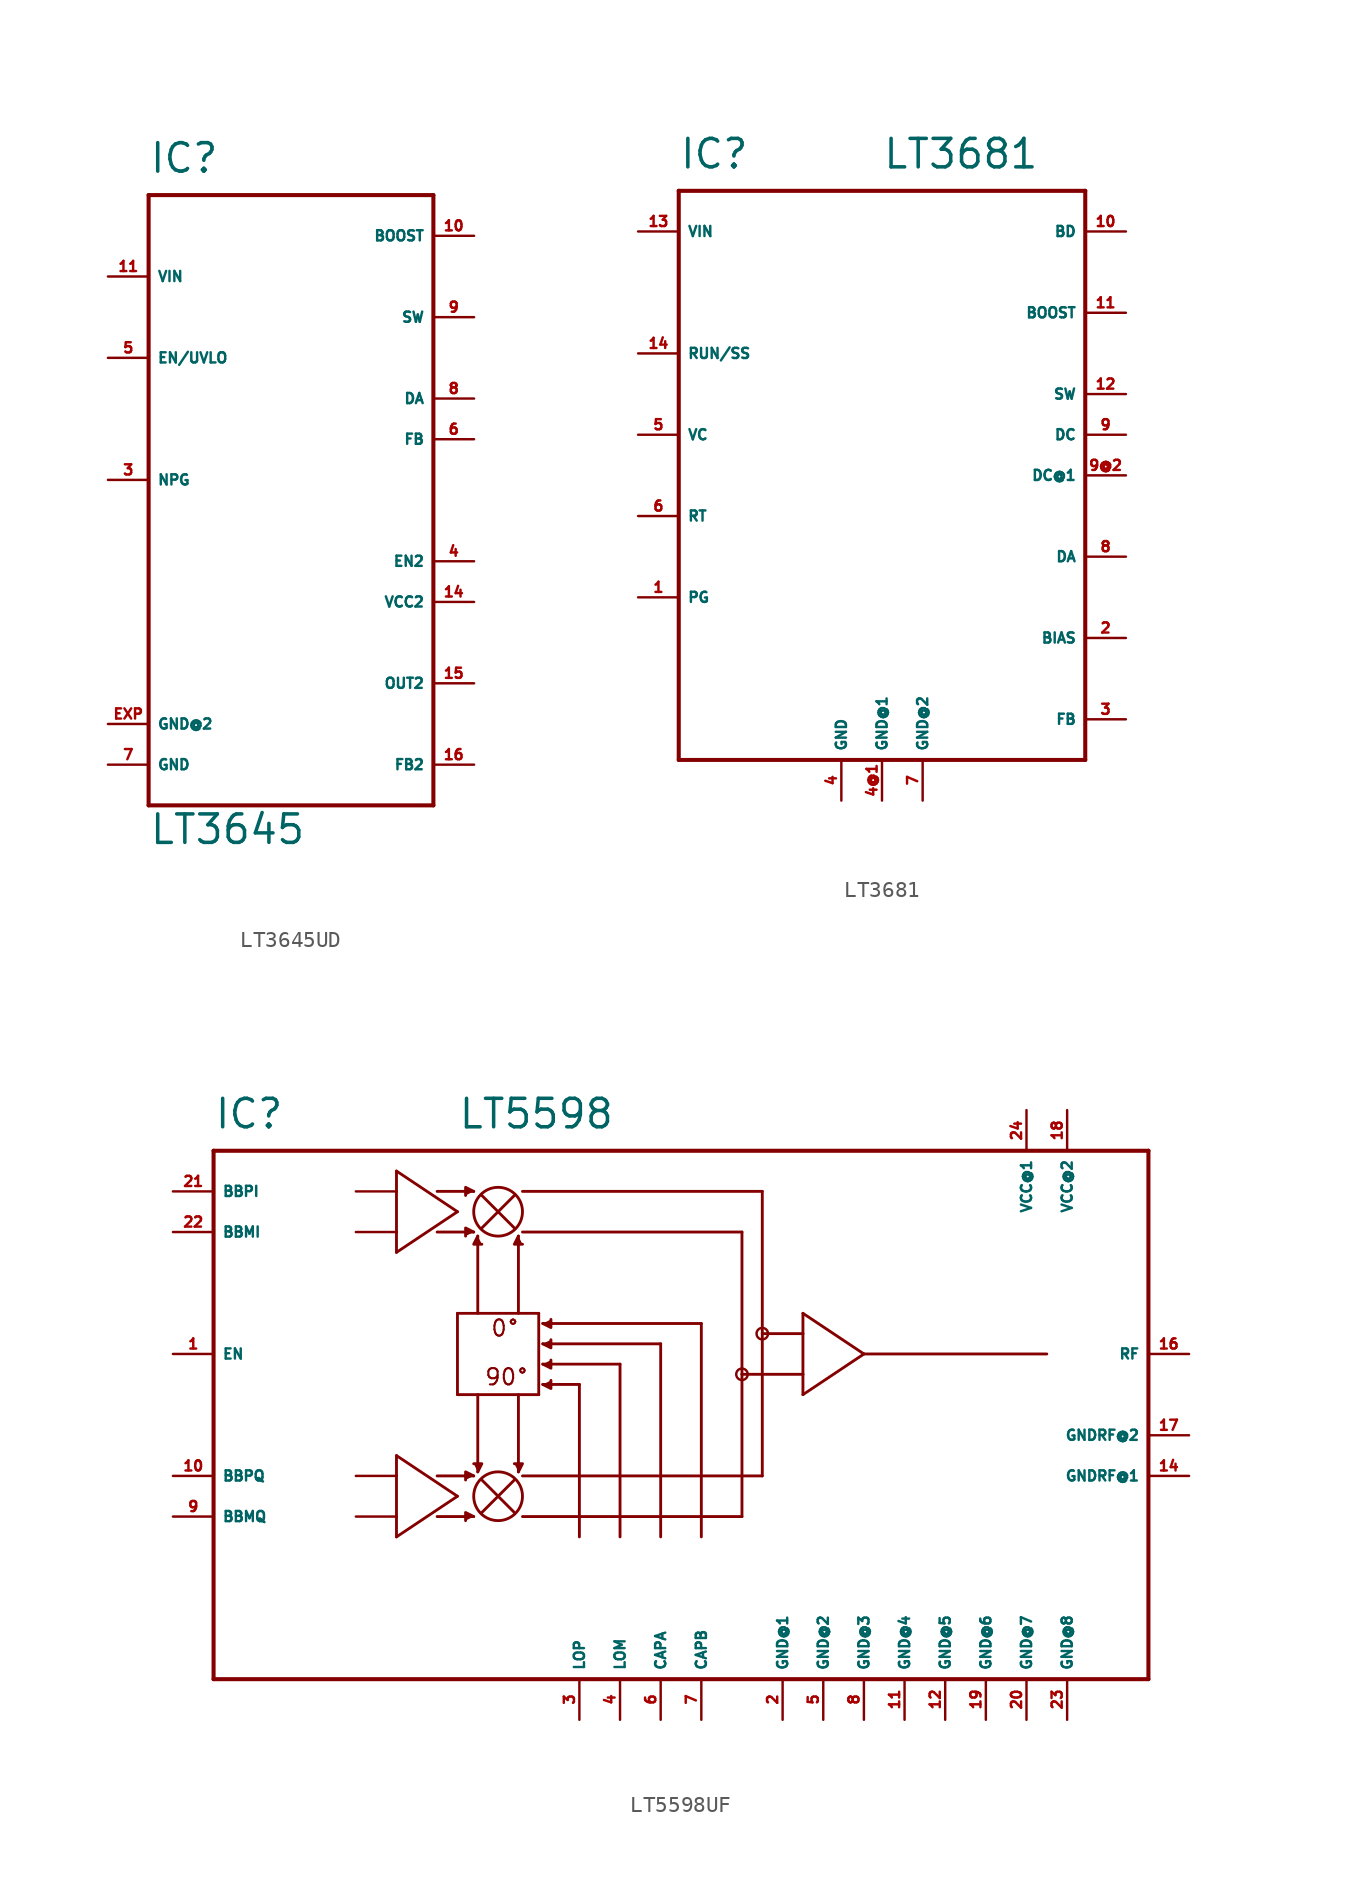
<source format=kicad_sym>
(kicad_symbol_lib
  (version 20220914)
  (generator Eagle2Kicad)
  (symbol "LT3645UD"
    (property "Reference" "IC"
      (at -7.62 19.05 0)
      (effects (font (size 1.778 1.778) (thickness 0.22)) (justify left bottom)))
    (property "Value" "LT3645"
      (at -7.62 -22.86 0)
      (effects (font (size 1.778 1.778) (thickness 0.22)) (justify left bottom)))
    (polyline
      (pts (xy -7.62 17.78) (xy -7.62 -20.32))
      (stroke (width 0.254) (type default))
      (fill (type none)))
    (polyline
      (pts (xy -7.62 -20.32) (xy 10.16 -20.32))
      (stroke (width 0.254) (type default))
      (fill (type none)))
    (polyline
      (pts (xy 10.16 -20.32) (xy 10.16 17.78))
      (stroke (width 0.254) (type default))
      (fill (type none)))
    (polyline
      (pts (xy 10.16 17.78) (xy -7.62 17.78))
      (stroke (width 0.254) (type default))
      (fill (type none)))
    (pin output line
      (at -10.16 0 0)
      (length 2.54)
      (name "NPG" (effects (font (size 0.635 0.635) (thickness 0.08)) (justify left bottom)))
      (number "3" (effects (font (size 0.635 0.635) (thickness 0.08)) (justify left bottom))))
    (pin input line
      (at 12.7 -5.08 180)
      (length 2.54)
      (name "EN2" (effects (font (size 0.635 0.635) (thickness 0.08)) (justify left bottom)))
      (number "4" (effects (font (size 0.635 0.635) (thickness 0.08)) (justify left bottom))))
    (pin input line
      (at -10.16 7.62 0)
      (length 2.54)
      (name "EN/UVLO" (effects (font (size 0.635 0.635) (thickness 0.08)) (justify left bottom)))
      (number "5" (effects (font (size 0.635 0.635) (thickness 0.08)) (justify left bottom))))
    (pin input line
      (at 12.7 2.54 180)
      (length 2.54)
      (name "FB" (effects (font (size 0.635 0.635) (thickness 0.08)) (justify left bottom)))
      (number "6" (effects (font (size 0.635 0.635) (thickness 0.08)) (justify left bottom))))
    (pin unspecified line
      (at -10.16 -17.78 0)
      (length 2.54)
      (name "GND" (effects (font (size 0.635 0.635) (thickness 0.08)) (justify left bottom)))
      (number "7" (effects (font (size 0.635 0.635) (thickness 0.08)) (justify left bottom))))
    (pin input line
      (at 12.7 5.08 180)
      (length 2.54)
      (name "DA" (effects (font (size 0.635 0.635) (thickness 0.08)) (justify left bottom)))
      (number "8" (effects (font (size 0.635 0.635) (thickness 0.08)) (justify left bottom))))
    (pin open_collector line
      (at 12.7 10.16 180)
      (length 2.54)
      (name "SW" (effects (font (size 0.635 0.635) (thickness 0.08)) (justify left bottom)))
      (number "9" (effects (font (size 0.635 0.635) (thickness 0.08)) (justify left bottom))))
    (pin input line
      (at 12.7 15.24 180)
      (length 2.54)
      (name "BOOST" (effects (font (size 0.635 0.635) (thickness 0.08)) (justify left bottom)))
      (number "10" (effects (font (size 0.635 0.635) (thickness 0.08)) (justify left bottom))))
    (pin input line
      (at -10.16 12.7 0)
      (length 2.54)
      (name "VIN" (effects (font (size 0.635 0.635) (thickness 0.08)) (justify left bottom)))
      (number "11" (effects (font (size 0.635 0.635) (thickness 0.08)) (justify left bottom))))
    (pin input line
      (at 12.7 -7.62 180)
      (length 2.54)
      (name "VCC2" (effects (font (size 0.635 0.635) (thickness 0.08)) (justify left bottom)))
      (number "14" (effects (font (size 0.635 0.635) (thickness 0.08)) (justify left bottom))))
    (pin output line
      (at 12.7 -12.7 180)
      (length 2.54)
      (name "OUT2" (effects (font (size 0.635 0.635) (thickness 0.08)) (justify left bottom)))
      (number "15" (effects (font (size 0.635 0.635) (thickness 0.08)) (justify left bottom))))
    (pin input line
      (at 12.7 -17.78 180)
      (length 2.54)
      (name "FB2" (effects (font (size 0.635 0.635) (thickness 0.08)) (justify left bottom)))
      (number "16" (effects (font (size 0.635 0.635) (thickness 0.08)) (justify left bottom))))
    (pin unspecified line
      (at -10.16 -15.24 0)
      (length 2.54)
      (name "GND@2" (effects (font (size 0.635 0.635) (thickness 0.08)) (justify left bottom)))
      (number "EXP" (effects (font (size 0.635 0.635) (thickness 0.08)) (justify left bottom)))))
  (symbol "LT3681"
    (property "Reference" "IC"
      (at -12.7 16.51 0)
      (effects (font (size 1.778 1.778) (thickness 0.22)) (justify left bottom)))
    (property "Value" "LT3681"
      (at 0 16.51 0)
      (effects (font (size 1.778 1.778) (thickness 0.22)) (justify left bottom)))
    (polyline
      (pts (xy -12.7 15.24) (xy 12.7 15.24))
      (stroke (width 0.254) (type default))
      (fill (type none)))
    (polyline
      (pts (xy 12.7 15.24) (xy 12.7 -20.32))
      (stroke (width 0.254) (type default))
      (fill (type none)))
    (polyline
      (pts (xy 12.7 -20.32) (xy -12.7 -20.32))
      (stroke (width 0.254) (type default))
      (fill (type none)))
    (polyline
      (pts (xy -12.7 -20.32) (xy -12.7 15.24))
      (stroke (width 0.254) (type default))
      (fill (type none)))
    (pin open_collector line
      (at -15.24 -10.16 0)
      (length 2.54)
      (name "PG" (effects (font (size 0.635 0.635) (thickness 0.08)) (justify left bottom)))
      (number "1" (effects (font (size 0.635 0.635) (thickness 0.08)) (justify left bottom))))
    (pin input line
      (at 15.24 -12.7 180)
      (length 2.54)
      (name "BIAS" (effects (font (size 0.635 0.635) (thickness 0.08)) (justify left bottom)))
      (number "2" (effects (font (size 0.635 0.635) (thickness 0.08)) (justify left bottom))))
    (pin input line
      (at 15.24 -17.78 180)
      (length 2.54)
      (name "FB" (effects (font (size 0.635 0.635) (thickness 0.08)) (justify left bottom)))
      (number "3" (effects (font (size 0.635 0.635) (thickness 0.08)) (justify left bottom))))
    (pin input line
      (at -2.54 -22.86 90)
      (length 2.54)
      (name "GND" (effects (font (size 0.635 0.635) (thickness 0.08)) (justify left bottom)))
      (number "4" (effects (font (size 0.635 0.635) (thickness 0.08)) (justify left bottom))))
    (pin output line
      (at -15.24 0 0)
      (length 2.54)
      (name "VC" (effects (font (size 0.635 0.635) (thickness 0.08)) (justify left bottom)))
      (number "5" (effects (font (size 0.635 0.635) (thickness 0.08)) (justify left bottom))))
    (pin input line
      (at -15.24 -5.08 0)
      (length 2.54)
      (name "RT" (effects (font (size 0.635 0.635) (thickness 0.08)) (justify left bottom)))
      (number "6" (effects (font (size 0.635 0.635) (thickness 0.08)) (justify left bottom))))
    (pin input line
      (at 0 -22.86 90)
      (length 2.54)
      (name "GND@1" (effects (font (size 0.635 0.635) (thickness 0.08)) (justify left bottom)))
      (number "4@1" (effects (font (size 0.635 0.635) (thickness 0.08)) (justify left bottom))))
    (pin passive line
      (at 15.24 -7.62 180)
      (length 2.54)
      (name "DA" (effects (font (size 0.635 0.635) (thickness 0.08)) (justify left bottom)))
      (number "8" (effects (font (size 0.635 0.635) (thickness 0.08)) (justify left bottom))))
    (pin passive line
      (at 15.24 0 180)
      (length 2.54)
      (name "DC" (effects (font (size 0.635 0.635) (thickness 0.08)) (justify left bottom)))
      (number "9" (effects (font (size 0.635 0.635) (thickness 0.08)) (justify left bottom))))
    (pin input line
      (at 15.24 12.7 180)
      (length 2.54)
      (name "BD" (effects (font (size 0.635 0.635) (thickness 0.08)) (justify left bottom)))
      (number "10" (effects (font (size 0.635 0.635) (thickness 0.08)) (justify left bottom))))
    (pin output line
      (at 15.24 7.62 180)
      (length 2.54)
      (name "BOOST" (effects (font (size 0.635 0.635) (thickness 0.08)) (justify left bottom)))
      (number "11" (effects (font (size 0.635 0.635) (thickness 0.08)) (justify left bottom))))
    (pin output line
      (at 15.24 2.54 180)
      (length 2.54)
      (name "SW" (effects (font (size 0.635 0.635) (thickness 0.08)) (justify left bottom)))
      (number "12" (effects (font (size 0.635 0.635) (thickness 0.08)) (justify left bottom))))
    (pin input line
      (at -15.24 12.7 0)
      (length 2.54)
      (name "VIN" (effects (font (size 0.635 0.635) (thickness 0.08)) (justify left bottom)))
      (number "13" (effects (font (size 0.635 0.635) (thickness 0.08)) (justify left bottom))))
    (pin input line
      (at -15.24 5.08 0)
      (length 2.54)
      (name "RUN/SS" (effects (font (size 0.635 0.635) (thickness 0.08)) (justify left bottom)))
      (number "14" (effects (font (size 0.635 0.635) (thickness 0.08)) (justify left bottom))))
    (pin input line
      (at 2.54 -22.86 90)
      (length 2.54)
      (name "GND@2" (effects (font (size 0.635 0.635) (thickness 0.08)) (justify left bottom)))
      (number "7" (effects (font (size 0.635 0.635) (thickness 0.08)) (justify left bottom))))
    (pin passive line
      (at 15.24 -2.54 180)
      (length 2.54)
      (name "DC@1" (effects (font (size 0.635 0.635) (thickness 0.08)) (justify left bottom)))
      (number "9@2" (effects (font (size 0.635 0.635) (thickness 0.08)) (justify left bottom)))))
  (symbol "LT5598UF"
    (property "Reference" "IC"
      (at -33.02 13.97 0)
      (effects (font (size 1.778 1.778) (thickness 0.22)) (justify left bottom)))
    (property "Value" "LT5598"
      (at -17.78 13.97 0)
      (effects (font (size 1.778 1.778) (thickness 0.22)) (justify left bottom)))
    (polyline
      (pts (xy -16.764 10.16) (xy -17.272 10.414) (xy -17.272 9.906))
      (stroke (width 0.178) (type default))
      (fill (type outline)))
    (polyline
      (pts (xy -16.764 7.62) (xy -17.272 7.874) (xy -17.272 7.366))
      (stroke (width 0.178) (type default))
      (fill (type outline)))
    (polyline
      (pts (xy -16.51 7.366) (xy -16.764 6.858) (xy -16.256 6.858))
      (stroke (width 0.178) (type default))
      (fill (type outline)))
    (polyline
      (pts (xy -13.97 7.366) (xy -14.224 6.858) (xy -13.716 6.858))
      (stroke (width 0.178) (type default))
      (fill (type outline)))
    (polyline
      (pts (xy -16.764 -7.62) (xy -17.272 -7.366) (xy -17.272 -7.874))
      (stroke (width 0.178) (type default))
      (fill (type outline)))
    (polyline
      (pts (xy -16.764 -10.16) (xy -17.272 -9.906) (xy -17.272 -10.414))
      (stroke (width 0.178) (type default))
      (fill (type outline)))
    (polyline
      (pts (xy -13.97 -7.366) (xy -13.716 -6.858) (xy -14.224 -6.858))
      (stroke (width 0.178) (type default))
      (fill (type outline)))
    (polyline
      (pts (xy -16.51 -7.366) (xy -16.256 -6.858) (xy -16.764 -6.858))
      (stroke (width 0.178) (type default))
      (fill (type outline)))
    (polyline
      (pts (xy -12.446 -1.905) (xy -11.938 -2.159) (xy -11.938 -1.651))
      (stroke (width 0.178) (type default))
      (fill (type outline)))
    (polyline
      (pts (xy -12.446 -0.635) (xy -11.938 -0.889) (xy -11.938 -0.381))
      (stroke (width 0.178) (type default))
      (fill (type outline)))
    (polyline
      (pts (xy -12.446 0.635) (xy -11.938 0.381) (xy -11.938 0.889))
      (stroke (width 0.178) (type default))
      (fill (type outline)))
    (polyline
      (pts (xy -12.446 1.905) (xy -11.938 1.651) (xy -11.938 2.159))
      (stroke (width 0.178) (type default))
      (fill (type outline)))
    (polyline
      (pts (xy -21.59 11.43) (xy -21.59 10.16))
      (stroke (width 0.178) (type default))
      (fill (type none)))
    (polyline
      (pts (xy -21.59 10.16) (xy -21.59 7.62))
      (stroke (width 0.178) (type default))
      (fill (type none)))
    (polyline
      (pts (xy -21.59 7.62) (xy -21.59 6.35))
      (stroke (width 0.178) (type default))
      (fill (type none)))
    (polyline
      (pts (xy -21.59 6.35) (xy -17.78 8.89))
      (stroke (width 0.178) (type default))
      (fill (type none)))
    (polyline
      (pts (xy -17.78 8.89) (xy -21.59 11.43))
      (stroke (width 0.178) (type default))
      (fill (type none)))
    (polyline
      (pts (xy -19.05 10.16) (xy -16.764 10.16))
      (stroke (width 0.178) (type default))
      (fill (type none)))
    (polyline
      (pts (xy -19.05 7.62) (xy -16.764 7.62))
      (stroke (width 0.178) (type default))
      (fill (type none)))
    (polyline
      (pts (xy -16.51 2.54) (xy -16.51 7.366))
      (stroke (width 0.178) (type default))
      (fill (type none)))
    (polyline
      (pts (xy -13.97 2.54) (xy -13.97 7.366))
      (stroke (width 0.178) (type default))
      (fill (type none)))
    (polyline
      (pts (xy -13.716 10.16) (xy 1.27 10.16))
      (stroke (width 0.178) (type default))
      (fill (type none)))
    (polyline
      (pts (xy -13.716 7.62) (xy 0 7.62))
      (stroke (width 0.178) (type default))
      (fill (type none)))
    (polyline
      (pts (xy -16.256 7.874) (xy -14.224 9.906))
      (stroke (width 0.178) (type default))
      (fill (type none)))
    (polyline
      (pts (xy -14.224 7.874) (xy -16.256 9.906))
      (stroke (width 0.178) (type default))
      (fill (type none)))
    (polyline
      (pts (xy -21.59 -6.35) (xy -21.59 -7.62))
      (stroke (width 0.178) (type default))
      (fill (type none)))
    (polyline
      (pts (xy -21.59 -7.62) (xy -21.59 -10.16))
      (stroke (width 0.178) (type default))
      (fill (type none)))
    (polyline
      (pts (xy -21.59 -10.16) (xy -21.59 -11.43))
      (stroke (width 0.178) (type default))
      (fill (type none)))
    (polyline
      (pts (xy -21.59 -11.43) (xy -17.78 -8.89))
      (stroke (width 0.178) (type default))
      (fill (type none)))
    (polyline
      (pts (xy -17.78 -8.89) (xy -21.59 -6.35))
      (stroke (width 0.178) (type default))
      (fill (type none)))
    (polyline
      (pts (xy -19.05 -7.62) (xy -16.764 -7.62))
      (stroke (width 0.178) (type default))
      (fill (type none)))
    (polyline
      (pts (xy -19.05 -10.16) (xy -16.764 -10.16))
      (stroke (width 0.178) (type default))
      (fill (type none)))
    (polyline
      (pts (xy -13.716 -7.62) (xy 1.27 -7.62))
      (stroke (width 0.178) (type default))
      (fill (type none)))
    (polyline
      (pts (xy -13.716 -10.16) (xy 0 -10.16))
      (stroke (width 0.178) (type default))
      (fill (type none)))
    (polyline
      (pts (xy -16.256 -9.906) (xy -14.224 -7.874))
      (stroke (width 0.178) (type default))
      (fill (type none)))
    (polyline
      (pts (xy -14.224 -9.906) (xy -16.256 -7.874))
      (stroke (width 0.178) (type default))
      (fill (type none)))
    (polyline
      (pts (xy -13.97 -2.54) (xy -13.97 -7.366))
      (stroke (width 0.178) (type default))
      (fill (type none)))
    (polyline
      (pts (xy -16.51 -2.54) (xy -16.51 -7.366))
      (stroke (width 0.178) (type default))
      (fill (type none)))
    (polyline
      (pts (xy -17.78 2.54) (xy -12.7 2.54))
      (stroke (width 0.178) (type default))
      (fill (type none)))
    (polyline
      (pts (xy -12.7 2.54) (xy -12.7 -2.54))
      (stroke (width 0.178) (type default))
      (fill (type none)))
    (polyline
      (pts (xy -12.7 -2.54) (xy -17.78 -2.54))
      (stroke (width 0.178) (type default))
      (fill (type none)))
    (polyline
      (pts (xy -17.78 -2.54) (xy -17.78 2.54))
      (stroke (width 0.178) (type default))
      (fill (type none)))
    (polyline
      (pts (xy -10.16 -1.905) (xy -12.446 -1.905))
      (stroke (width 0.178) (type default))
      (fill (type none)))
    (polyline
      (pts (xy -7.62 -0.635) (xy -12.446 -0.635))
      (stroke (width 0.178) (type default))
      (fill (type none)))
    (polyline
      (pts (xy -10.16 -1.905) (xy -10.16 -11.43))
      (stroke (width 0.178) (type default))
      (fill (type none)))
    (polyline
      (pts (xy -7.62 -0.635) (xy -7.62 -11.43))
      (stroke (width 0.178) (type default))
      (fill (type none)))
    (polyline
      (pts (xy -5.08 0.635) (xy -12.446 0.635))
      (stroke (width 0.178) (type default))
      (fill (type none)))
    (polyline
      (pts (xy -5.08 0.635) (xy -5.08 -11.43))
      (stroke (width 0.178) (type default))
      (fill (type none)))
    (polyline
      (pts (xy -12.446 1.905) (xy -2.54 1.905))
      (stroke (width 0.178) (type default))
      (fill (type none)))
    (polyline
      (pts (xy -2.54 1.905) (xy -2.54 -11.43))
      (stroke (width 0.178) (type default))
      (fill (type none)))
    (polyline
      (pts (xy 0 7.62) (xy 0 -1.27))
      (stroke (width 0.178) (type default))
      (fill (type none)))
    (polyline
      (pts (xy 0 -1.27) (xy 0 -10.16))
      (stroke (width 0.178) (type default))
      (fill (type none)))
    (polyline
      (pts (xy 1.27 -7.62) (xy 1.27 1.27))
      (stroke (width 0.178) (type default))
      (fill (type none)))
    (polyline
      (pts (xy 1.27 1.27) (xy 1.27 10.16))
      (stroke (width 0.178) (type default))
      (fill (type none)))
    (polyline
      (pts (xy 1.27 1.27) (xy 3.81 1.27))
      (stroke (width 0.178) (type default))
      (fill (type none)))
    (polyline
      (pts (xy 0 -1.27) (xy 3.81 -1.27))
      (stroke (width 0.178) (type default))
      (fill (type none)))
    (polyline
      (pts (xy 3.81 2.54) (xy 3.81 1.27))
      (stroke (width 0.178) (type default))
      (fill (type none)))
    (polyline
      (pts (xy 3.81 1.27) (xy 3.81 -1.27))
      (stroke (width 0.178) (type default))
      (fill (type none)))
    (polyline
      (pts (xy 3.81 -1.27) (xy 3.81 -2.54))
      (stroke (width 0.178) (type default))
      (fill (type none)))
    (polyline
      (pts (xy 3.81 -2.54) (xy 7.62 0))
      (stroke (width 0.178) (type default))
      (fill (type none)))
    (polyline
      (pts (xy 7.62 0) (xy 3.81 2.54))
      (stroke (width 0.178) (type default))
      (fill (type none)))
    (polyline
      (pts (xy 7.62 0) (xy 19.05 0))
      (stroke (width 0.178) (type default))
      (fill (type none)))
    (polyline
      (pts (xy -24.13 10.16) (xy -21.59 10.16))
      (stroke (width 0.152) (type default))
      (fill (type none)))
    (polyline
      (pts (xy -24.13 7.62) (xy -21.59 7.62))
      (stroke (width 0.152) (type default))
      (fill (type none)))
    (polyline
      (pts (xy -24.13 -7.62) (xy -21.59 -7.62))
      (stroke (width 0.152) (type default))
      (fill (type none)))
    (polyline
      (pts (xy -24.13 -10.16) (xy -21.59 -10.16))
      (stroke (width 0.152) (type default))
      (fill (type none)))
    (polyline
      (pts (xy -33.02 12.7) (xy 25.4 12.7))
      (stroke (width 0.254) (type default))
      (fill (type none)))
    (polyline
      (pts (xy 25.4 12.7) (xy 25.4 -20.32))
      (stroke (width 0.254) (type default))
      (fill (type none)))
    (polyline
      (pts (xy 25.4 -20.32) (xy -33.02 -20.32))
      (stroke (width 0.254) (type default))
      (fill (type none)))
    (polyline
      (pts (xy -33.02 -20.32) (xy -33.02 12.7))
      (stroke (width 0.254) (type default))
      (fill (type none)))
    (text "90°"
      (at -16.129 -2.032 0)
      (effects (font (size 1.016 1.016) (thickness 0.13)) (justify left bottom)))
    (text "0°"
      (at -15.748 1.016 0)
      (effects (font (size 1.016 1.016) (thickness 0.13)) (justify left bottom)))
    (circle
      (center -15.24 8.89)
      (radius 1.524)
      (stroke (width 0.178) (type default))
      (fill (type none)))
    (circle
      (center -15.24 -8.89)
      (radius 1.524)
      (stroke (width 0.178) (type default))
      (fill (type none)))
    (circle
      (center 1.27 1.27)
      (radius 0.359)
      (stroke (width 0) (type default))
      (fill (type none)))
    (circle
      (center 0 -1.27)
      (radius 0.359)
      (stroke (width 0) (type default))
      (fill (type none)))
    (pin output line
      (at 27.94 0 180)
      (length 2.54)
      (name "RF" (effects (font (size 0.635 0.635) (thickness 0.08)) (justify left bottom)))
      (number "16" (effects (font (size 0.635 0.635) (thickness 0.08)) (justify left bottom))))
    (pin input line
      (at -35.56 10.16 0)
      (length 2.54)
      (name "BBPI" (effects (font (size 0.635 0.635) (thickness 0.08)) (justify left bottom)))
      (number "21" (effects (font (size 0.635 0.635) (thickness 0.08)) (justify left bottom))))
    (pin input line
      (at -35.56 7.62 0)
      (length 2.54)
      (name "BBMI" (effects (font (size 0.635 0.635) (thickness 0.08)) (justify left bottom)))
      (number "22" (effects (font (size 0.635 0.635) (thickness 0.08)) (justify left bottom))))
    (pin input line
      (at -35.56 -7.62 0)
      (length 2.54)
      (name "BBPQ" (effects (font (size 0.635 0.635) (thickness 0.08)) (justify left bottom)))
      (number "10" (effects (font (size 0.635 0.635) (thickness 0.08)) (justify left bottom))))
    (pin input line
      (at -35.56 -10.16 0)
      (length 2.54)
      (name "BBMQ" (effects (font (size 0.635 0.635) (thickness 0.08)) (justify left bottom)))
      (number "9" (effects (font (size 0.635 0.635) (thickness 0.08)) (justify left bottom))))
    (pin input line
      (at -35.56 0 0)
      (length 2.54)
      (name "EN" (effects (font (size 0.635 0.635) (thickness 0.08)) (justify left bottom)))
      (number "1" (effects (font (size 0.635 0.635) (thickness 0.08)) (justify left bottom))))
    (pin unspecified line
      (at 2.54 -22.86 90)
      (length 2.54)
      (name "GND@1" (effects (font (size 0.635 0.635) (thickness 0.08)) (justify left bottom)))
      (number "2" (effects (font (size 0.635 0.635) (thickness 0.08)) (justify left bottom))))
    (pin unspecified line
      (at 5.08 -22.86 90)
      (length 2.54)
      (name "GND@2" (effects (font (size 0.635 0.635) (thickness 0.08)) (justify left bottom)))
      (number "5" (effects (font (size 0.635 0.635) (thickness 0.08)) (justify left bottom))))
    (pin unspecified line
      (at 7.62 -22.86 90)
      (length 2.54)
      (name "GND@3" (effects (font (size 0.635 0.635) (thickness 0.08)) (justify left bottom)))
      (number "8" (effects (font (size 0.635 0.635) (thickness 0.08)) (justify left bottom))))
    (pin unspecified line
      (at 17.78 15.24 270)
      (length 2.54)
      (name "VCC@1" (effects (font (size 0.635 0.635) (thickness 0.08)) (justify left bottom)))
      (number "24" (effects (font (size 0.635 0.635) (thickness 0.08)) (justify left bottom))))
    (pin unspecified line
      (at 20.32 15.24 270)
      (length 2.54)
      (name "VCC@2" (effects (font (size 0.635 0.635) (thickness 0.08)) (justify left bottom)))
      (number "18" (effects (font (size 0.635 0.635) (thickness 0.08)) (justify left bottom))))
    (pin unspecified line
      (at 27.94 -7.62 180)
      (length 2.54)
      (name "GNDRF@1" (effects (font (size 0.635 0.635) (thickness 0.08)) (justify left bottom)))
      (number "14" (effects (font (size 0.635 0.635) (thickness 0.08)) (justify left bottom))))
    (pin unspecified line
      (at 27.94 -5.08 180)
      (length 2.54)
      (name "GNDRF@2" (effects (font (size 0.635 0.635) (thickness 0.08)) (justify left bottom)))
      (number "17" (effects (font (size 0.635 0.635) (thickness 0.08)) (justify left bottom))))
    (pin unspecified line
      (at 10.16 -22.86 90)
      (length 2.54)
      (name "GND@4" (effects (font (size 0.635 0.635) (thickness 0.08)) (justify left bottom)))
      (number "11" (effects (font (size 0.635 0.635) (thickness 0.08)) (justify left bottom))))
    (pin unspecified line
      (at 12.7 -22.86 90)
      (length 2.54)
      (name "GND@5" (effects (font (size 0.635 0.635) (thickness 0.08)) (justify left bottom)))
      (number "12" (effects (font (size 0.635 0.635) (thickness 0.08)) (justify left bottom))))
    (pin unspecified line
      (at 15.24 -22.86 90)
      (length 2.54)
      (name "GND@6" (effects (font (size 0.635 0.635) (thickness 0.08)) (justify left bottom)))
      (number "19" (effects (font (size 0.635 0.635) (thickness 0.08)) (justify left bottom))))
    (pin unspecified line
      (at 17.78 -22.86 90)
      (length 2.54)
      (name "GND@7" (effects (font (size 0.635 0.635) (thickness 0.08)) (justify left bottom)))
      (number "20" (effects (font (size 0.635 0.635) (thickness 0.08)) (justify left bottom))))
    (pin unspecified line
      (at 20.32 -22.86 90)
      (length 2.54)
      (name "GND@8" (effects (font (size 0.635 0.635) (thickness 0.08)) (justify left bottom)))
      (number "23" (effects (font (size 0.635 0.635) (thickness 0.08)) (justify left bottom))))
    (pin input line
      (at -10.16 -22.86 90)
      (length 2.54)
      (name "LOP" (effects (font (size 0.635 0.635) (thickness 0.08)) (justify left bottom)))
      (number "3" (effects (font (size 0.635 0.635) (thickness 0.08)) (justify left bottom))))
    (pin input line
      (at -7.62 -22.86 90)
      (length 2.54)
      (name "LOM" (effects (font (size 0.635 0.635) (thickness 0.08)) (justify left bottom)))
      (number "4" (effects (font (size 0.635 0.635) (thickness 0.08)) (justify left bottom))))
    (pin input line
      (at -5.08 -22.86 90)
      (length 2.54)
      (name "CAPA" (effects (font (size 0.635 0.635) (thickness 0.08)) (justify left bottom)))
      (number "6" (effects (font (size 0.635 0.635) (thickness 0.08)) (justify left bottom))))
    (pin input line
      (at -2.54 -22.86 90)
      (length 2.54)
      (name "CAPB" (effects (font (size 0.635 0.635) (thickness 0.08)) (justify left bottom)))
      (number "7" (effects (font (size 0.635 0.635) (thickness 0.08)) (justify left bottom))))))
</source>
